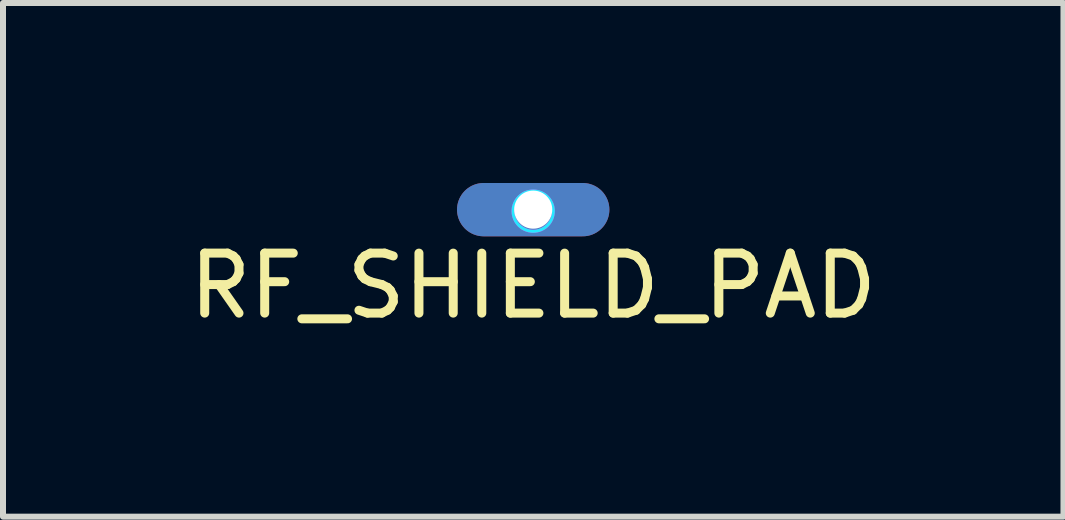
<source format=kicad_pcb>
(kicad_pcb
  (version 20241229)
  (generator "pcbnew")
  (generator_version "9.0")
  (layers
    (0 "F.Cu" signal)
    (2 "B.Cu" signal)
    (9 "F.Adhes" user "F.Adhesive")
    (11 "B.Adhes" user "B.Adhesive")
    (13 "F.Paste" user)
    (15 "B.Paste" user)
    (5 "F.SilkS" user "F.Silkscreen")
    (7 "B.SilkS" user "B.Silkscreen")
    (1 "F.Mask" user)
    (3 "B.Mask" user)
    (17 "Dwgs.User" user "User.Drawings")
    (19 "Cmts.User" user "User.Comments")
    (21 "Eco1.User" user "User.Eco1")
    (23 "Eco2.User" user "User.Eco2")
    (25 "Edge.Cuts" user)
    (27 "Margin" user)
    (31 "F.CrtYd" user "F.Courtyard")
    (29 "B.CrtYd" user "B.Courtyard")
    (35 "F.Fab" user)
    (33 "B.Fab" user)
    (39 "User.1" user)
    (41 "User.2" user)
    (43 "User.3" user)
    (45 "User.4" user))
  (footprint "RF_SHIELD_PAD"
    (layer "F.Cu")
    (at 5.839 0.445)
    (property "Reference" "RF_SHIELD_PAD" (at 0 1.27 0) (layer "F.SilkS") (effects (font (size 1 1) (thickness 0.15))))
    (attr through_hole)
    (fp_circle (center 0 0.025) (end 0.225 -0.225) (stroke (width 0.05) (type solid)) (fill no) (layer "B.CrtYd"))
    (fp_circle (center 0 0.025) (end 0.225 -0.225) (stroke (width 0.05) (type solid)) (fill no) (layer "F.CrtYd"))
    (pad "1" thru_hole oval (at 0 0) (size 2.54 0.889) (drill 0.635) (layers "*.Cu" "*.Mask")))
  (gr_rect
    (start -3 -3)
    (end 14.679 5.563)
    (stroke (width 0.1) (type default))
    (fill no)
    (layer "Edge.Cuts")))
</source>
